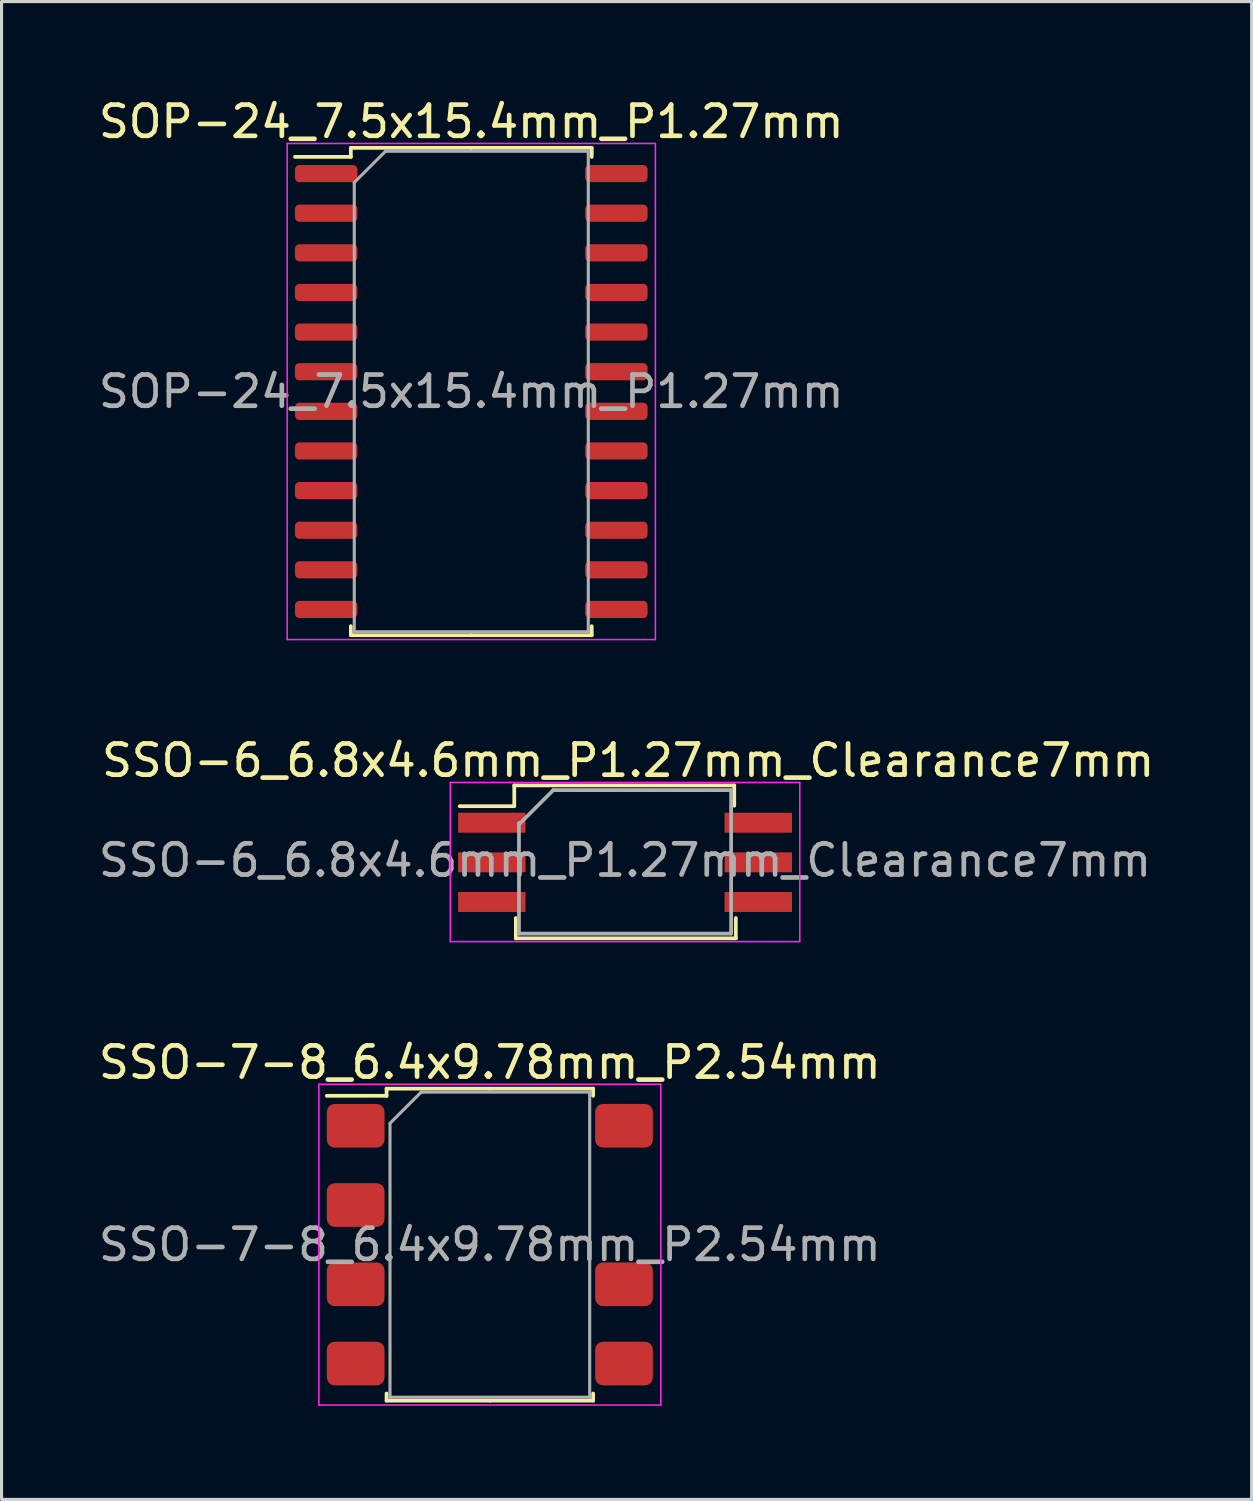
<source format=kicad_pcb>
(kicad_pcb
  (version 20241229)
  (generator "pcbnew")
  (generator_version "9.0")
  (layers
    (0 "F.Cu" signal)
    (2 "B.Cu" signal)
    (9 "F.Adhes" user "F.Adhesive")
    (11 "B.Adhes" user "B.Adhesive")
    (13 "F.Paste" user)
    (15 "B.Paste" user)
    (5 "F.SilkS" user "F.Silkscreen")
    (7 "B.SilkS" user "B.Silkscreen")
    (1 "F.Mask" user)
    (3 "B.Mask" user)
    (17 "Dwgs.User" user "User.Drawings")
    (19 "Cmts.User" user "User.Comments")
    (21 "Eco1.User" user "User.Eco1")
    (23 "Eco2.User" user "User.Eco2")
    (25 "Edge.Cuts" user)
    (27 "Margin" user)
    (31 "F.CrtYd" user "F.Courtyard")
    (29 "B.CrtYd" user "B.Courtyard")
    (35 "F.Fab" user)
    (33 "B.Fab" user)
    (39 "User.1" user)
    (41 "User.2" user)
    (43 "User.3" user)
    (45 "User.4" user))
  (footprint "SOP-24_7.5x15.4mm_P1.27mm"
    (layer "F.Cu")
    (at 12.054 9.498)
    (property "Reference" "SOP-24_7.5x15.4mm_P1.27mm" (at 0 -8.65 0) (layer "F.SilkS") (effects (font (size 1 1) (thickness 0.15))))
    (attr smd)
    (fp_line (start -3.86 -7.81) (end -3.86 -7.52) (stroke (width 0.12) (type solid)) (layer "F.SilkS"))
    (fp_line (start -3.86 -7.52) (end -5.65 -7.52) (stroke (width 0.12) (type solid)) (layer "F.SilkS"))
    (fp_line (start -3.86 7.81) (end -3.86 7.52) (stroke (width 0.12) (type solid)) (layer "F.SilkS"))
    (fp_line (start 0 -7.81) (end -3.86 -7.81) (stroke (width 0.12) (type solid)) (layer "F.SilkS"))
    (fp_line (start 0 -7.81) (end 3.86 -7.81) (stroke (width 0.12) (type solid)) (layer "F.SilkS"))
    (fp_line (start 0 7.81) (end -3.86 7.81) (stroke (width 0.12) (type solid)) (layer "F.SilkS"))
    (fp_line (start 0 7.81) (end 3.86 7.81) (stroke (width 0.12) (type solid)) (layer "F.SilkS"))
    (fp_line (start 3.86 -7.81) (end 3.86 -7.52) (stroke (width 0.12) (type solid)) (layer "F.SilkS"))
    (fp_line (start 3.86 7.81) (end 3.86 7.52) (stroke (width 0.12) (type solid)) (layer "F.SilkS"))
    (fp_line (start -5.9 -7.95) (end -5.9 7.95) (stroke (width 0.05) (type solid)) (layer "F.CrtYd"))
    (fp_line (start -5.9 7.95) (end 5.9 7.95) (stroke (width 0.05) (type solid)) (layer "F.CrtYd"))
    (fp_line (start 5.9 -7.95) (end -5.9 -7.95) (stroke (width 0.05) (type solid)) (layer "F.CrtYd"))
    (fp_line (start 5.9 7.95) (end 5.9 -7.95) (stroke (width 0.05) (type solid)) (layer "F.CrtYd"))
    (fp_line (start -3.75 -6.7) (end -2.75 -7.7) (stroke (width 0.1) (type solid)) (layer "F.Fab"))
    (fp_line (start -3.75 7.7) (end -3.75 -6.7) (stroke (width 0.1) (type solid)) (layer "F.Fab"))
    (fp_line (start -2.75 -7.7) (end 3.75 -7.7) (stroke (width 0.1) (type solid)) (layer "F.Fab"))
    (fp_line (start 3.75 -7.7) (end 3.75 7.7) (stroke (width 0.1) (type solid)) (layer "F.Fab"))
    (fp_line (start 3.75 7.7) (end -3.75 7.7) (stroke (width 0.1) (type solid)) (layer "F.Fab"))
    (fp_text user "${REFERENCE}" (at 0 0 0) (layer "F.Fab") (effects (font (size 1 1) (thickness 0.15))))
    (pad "1" smd roundrect (at -4.65 -6.985) (size 2 0.55) (layers "F.Cu" "F.Mask" "F.Paste") (roundrect_rratio 0.25))
    (pad "2" smd roundrect (at -4.65 -5.715) (size 2 0.55) (layers "F.Cu" "F.Mask" "F.Paste") (roundrect_rratio 0.25))
    (pad "3" smd roundrect (at -4.65 -4.445) (size 2 0.55) (layers "F.Cu" "F.Mask" "F.Paste") (roundrect_rratio 0.25))
    (pad "4" smd roundrect (at -4.65 -3.175) (size 2 0.55) (layers "F.Cu" "F.Mask" "F.Paste") (roundrect_rratio 0.25))
    (pad "5" smd roundrect (at -4.65 -1.905) (size 2 0.55) (layers "F.Cu" "F.Mask" "F.Paste") (roundrect_rratio 0.25))
    (pad "6" smd roundrect (at -4.65 -0.635) (size 2 0.55) (layers "F.Cu" "F.Mask" "F.Paste") (roundrect_rratio 0.25))
    (pad "7" smd roundrect (at -4.65 0.635) (size 2 0.55) (layers "F.Cu" "F.Mask" "F.Paste") (roundrect_rratio 0.25))
    (pad "8" smd roundrect (at -4.65 1.905) (size 2 0.55) (layers "F.Cu" "F.Mask" "F.Paste") (roundrect_rratio 0.25))
    (pad "9" smd roundrect (at -4.65 3.175) (size 2 0.55) (layers "F.Cu" "F.Mask" "F.Paste") (roundrect_rratio 0.25))
    (pad "10" smd roundrect (at -4.65 4.445) (size 2 0.55) (layers "F.Cu" "F.Mask" "F.Paste") (roundrect_rratio 0.25))
    (pad "11" smd roundrect (at -4.65 5.715) (size 2 0.55) (layers "F.Cu" "F.Mask" "F.Paste") (roundrect_rratio 0.25))
    (pad "12" smd roundrect (at -4.65 6.985) (size 2 0.55) (layers "F.Cu" "F.Mask" "F.Paste") (roundrect_rratio 0.25))
    (pad "13" smd roundrect (at 4.65 6.985) (size 2 0.55) (layers "F.Cu" "F.Mask" "F.Paste") (roundrect_rratio 0.25))
    (pad "14" smd roundrect (at 4.65 5.715) (size 2 0.55) (layers "F.Cu" "F.Mask" "F.Paste") (roundrect_rratio 0.25))
    (pad "15" smd roundrect (at 4.65 4.445) (size 2 0.55) (layers "F.Cu" "F.Mask" "F.Paste") (roundrect_rratio 0.25))
    (pad "16" smd roundrect (at 4.65 3.175) (size 2 0.55) (layers "F.Cu" "F.Mask" "F.Paste") (roundrect_rratio 0.25))
    (pad "17" smd roundrect (at 4.65 1.905) (size 2 0.55) (layers "F.Cu" "F.Mask" "F.Paste") (roundrect_rratio 0.25))
    (pad "18" smd roundrect (at 4.65 0.635) (size 2 0.55) (layers "F.Cu" "F.Mask" "F.Paste") (roundrect_rratio 0.25))
    (pad "19" smd roundrect (at 4.65 -0.635) (size 2 0.55) (layers "F.Cu" "F.Mask" "F.Paste") (roundrect_rratio 0.25))
    (pad "20" smd roundrect (at 4.65 -1.905) (size 2 0.55) (layers "F.Cu" "F.Mask" "F.Paste") (roundrect_rratio 0.25))
    (pad "21" smd roundrect (at 4.65 -3.175) (size 2 0.55) (layers "F.Cu" "F.Mask" "F.Paste") (roundrect_rratio 0.25))
    (pad "22" smd roundrect (at 4.65 -4.445) (size 2 0.55) (layers "F.Cu" "F.Mask" "F.Paste") (roundrect_rratio 0.25))
    (pad "23" smd roundrect (at 4.65 -5.715) (size 2 0.55) (layers "F.Cu" "F.Mask" "F.Paste") (roundrect_rratio 0.25))
    (pad "24" smd roundrect (at 4.65 -6.985) (size 2 0.55) (layers "F.Cu" "F.Mask" "F.Paste") (roundrect_rratio 0.25)))
  (footprint "SSO-6_6.8x4.6mm_P1.27mm_Clearance7mm"
    (layer "F.Cu")
    (at 16.982 24.587)
    (property "Reference" "SSO-6_6.8x4.6mm_P1.27mm_Clearance7mm" (at 0.1 -3.265 0) (layer "F.SilkS") (effects (font (size 1 1) (thickness 0.15))))
    (attr smd)
    (fp_line (start -3.55 -2.465) (end -3.55 -1.815) (stroke (width 0.12) (type solid)) (layer "F.SilkS"))
    (fp_line (start -3.55 -1.8) (end -5.3 -1.8) (stroke (width 0.12) (type solid)) (layer "F.SilkS"))
    (fp_line (start -3.5 1.785) (end -3.5 2.435) (stroke (width 0.12) (type solid)) (layer "F.SilkS"))
    (fp_line (start -3.5 2.435) (end 3.55 2.435) (stroke (width 0.12) (type solid)) (layer "F.SilkS"))
    (fp_line (start 3.5 -2.465) (end -3.55 -2.465) (stroke (width 0.12) (type solid)) (layer "F.SilkS"))
    (fp_line (start 3.5 -2.465) (end 3.5 -1.815) (stroke (width 0.12) (type solid)) (layer "F.SilkS"))
    (fp_line (start 3.55 1.785) (end 3.55 2.435) (stroke (width 0.12) (type solid)) (layer "F.SilkS"))
    (fp_line (start -5.6 -2.56) (end -5.6 2.54) (stroke (width 0.05) (type solid)) (layer "F.CrtYd"))
    (fp_line (start -5.6 -2.56) (end 5.6 -2.56) (stroke (width 0.05) (type solid)) (layer "F.CrtYd"))
    (fp_line (start 5.6 2.54) (end -5.6 2.54) (stroke (width 0.05) (type solid)) (layer "F.CrtYd"))
    (fp_line (start 5.6 2.54) (end 5.6 -2.56) (stroke (width 0.05) (type solid)) (layer "F.CrtYd"))
    (fp_line (start -3.4 2.285) (end -3.4 -1.265) (stroke (width 0.12) (type solid)) (layer "F.Fab"))
    (fp_line (start -2.3 -2.315) (end -3.4 -1.215) (stroke (width 0.12) (type solid)) (layer "F.Fab"))
    (fp_line (start 3.4 -2.315) (end -2.3 -2.315) (stroke (width 0.12) (type solid)) (layer "F.Fab"))
    (fp_line (start 3.4 -2.315) (end 3.4 2.285) (stroke (width 0.12) (type solid)) (layer "F.Fab"))
    (fp_line (start 3.4 2.285) (end -3.4 2.285) (stroke (width 0.12) (type solid)) (layer "F.Fab"))
    (fp_text user "${REFERENCE}" (at 0 -0.065 0) (layer "F.Fab") (effects (font (size 1 1) (thickness 0.15))))
    (pad "1" smd rect (at -4.27 -1.27) (size 2.16 0.64) (layers "F.Cu" "F.Mask" "F.Paste"))
    (pad "2" smd rect (at -4.27 0) (size 2.16 0.64) (layers "F.Cu" "F.Mask" "F.Paste"))
    (pad "3" smd rect (at -4.27 1.27) (size 2.16 0.64) (layers "F.Cu" "F.Mask" "F.Paste"))
    (pad "4" smd rect (at 4.27 1.27) (size 2.16 0.64) (layers "F.Cu" "F.Mask" "F.Paste"))
    (pad "5" smd rect (at 4.27 0) (size 2.16 0.64) (layers "F.Cu" "F.Mask" "F.Paste"))
    (pad "6" smd rect (at 4.27 -1.27) (size 2.16 0.64) (layers "F.Cu" "F.Mask" "F.Paste")))
  (footprint "SSO-7-8_6.4x9.78mm_P2.54mm"
    (layer "F.Cu")
    (at 12.649 36.84)
    (property "Reference" "SSO-7-8_6.4x9.78mm_P2.54mm" (at 0 -5.84 0) (layer "F.SilkS") (effects (font (size 1 1) (thickness 0.15))))
    (attr smd)
    (fp_line (start -3.31 -5) (end -3.31 -4.77) (stroke (width 0.12) (type solid)) (layer "F.SilkS"))
    (fp_line (start -3.31 -4.77) (end -5.225 -4.77) (stroke (width 0.12) (type solid)) (layer "F.SilkS"))
    (fp_line (start -3.31 5) (end -3.31 4.77) (stroke (width 0.12) (type solid)) (layer "F.SilkS"))
    (fp_line (start 0 -5) (end -3.31 -5) (stroke (width 0.12) (type solid)) (layer "F.SilkS"))
    (fp_line (start 0 -5) (end 3.31 -5) (stroke (width 0.12) (type solid)) (layer "F.SilkS"))
    (fp_line (start 0 5) (end -3.31 5) (stroke (width 0.12) (type solid)) (layer "F.SilkS"))
    (fp_line (start 0 5) (end 3.31 5) (stroke (width 0.12) (type solid)) (layer "F.SilkS"))
    (fp_line (start 3.31 -5) (end 3.31 -4.77) (stroke (width 0.12) (type solid)) (layer "F.SilkS"))
    (fp_line (start 3.31 5) (end 3.31 4.77) (stroke (width 0.12) (type solid)) (layer "F.SilkS"))
    (fp_line (start -5.48 -5.14) (end -5.48 5.14) (stroke (width 0.05) (type solid)) (layer "F.CrtYd"))
    (fp_line (start -5.48 5.14) (end 5.48 5.14) (stroke (width 0.05) (type solid)) (layer "F.CrtYd"))
    (fp_line (start 5.48 -5.14) (end -5.48 -5.14) (stroke (width 0.05) (type solid)) (layer "F.CrtYd"))
    (fp_line (start 5.48 5.14) (end 5.48 -5.14) (stroke (width 0.05) (type solid)) (layer "F.CrtYd"))
    (fp_line (start -3.2 -3.89) (end -2.2 -4.89) (stroke (width 0.1) (type solid)) (layer "F.Fab"))
    (fp_line (start -3.2 4.89) (end -3.2 -3.89) (stroke (width 0.1) (type solid)) (layer "F.Fab"))
    (fp_line (start -2.2 -4.89) (end 3.2 -4.89) (stroke (width 0.1) (type solid)) (layer "F.Fab"))
    (fp_line (start 3.2 -4.89) (end 3.2 4.89) (stroke (width 0.1) (type solid)) (layer "F.Fab"))
    (fp_line (start 3.2 4.89) (end -3.2 4.89) (stroke (width 0.1) (type solid)) (layer "F.Fab"))
    (fp_text user "${REFERENCE}" (at 0 0 0) (layer "F.Fab") (effects (font (size 1 1) (thickness 0.15))))
    (pad "1" smd roundrect (at -4.3 -3.81) (size 1.85 1.4) (layers "F.Cu" "F.Mask" "F.Paste") (roundrect_rratio 0.179))
    (pad "2" smd roundrect (at -4.3 -1.27) (size 1.85 1.4) (layers "F.Cu" "F.Mask" "F.Paste") (roundrect_rratio 0.179))
    (pad "3" smd roundrect (at -4.3 1.27) (size 1.85 1.4) (layers "F.Cu" "F.Mask" "F.Paste") (roundrect_rratio 0.179))
    (pad "4" smd roundrect (at -4.3 3.81) (size 1.85 1.4) (layers "F.Cu" "F.Mask" "F.Paste") (roundrect_rratio 0.179))
    (pad "5" smd roundrect (at 4.3 3.81) (size 1.85 1.4) (layers "F.Cu" "F.Mask" "F.Paste") (roundrect_rratio 0.179))
    (pad "6" smd roundrect (at 4.3 1.27) (size 1.85 1.4) (layers "F.Cu" "F.Mask" "F.Paste") (roundrect_rratio 0.179))
    (pad "8" smd roundrect (at 4.3 -3.81) (size 1.85 1.4) (layers "F.Cu" "F.Mask" "F.Paste") (roundrect_rratio 0.179)))
  (gr_rect
    (start -3 -3)
    (end 37.064 45.005)
    (stroke (width 0.1) (type default))
    (fill no)
    (layer "Edge.Cuts")))
</source>
